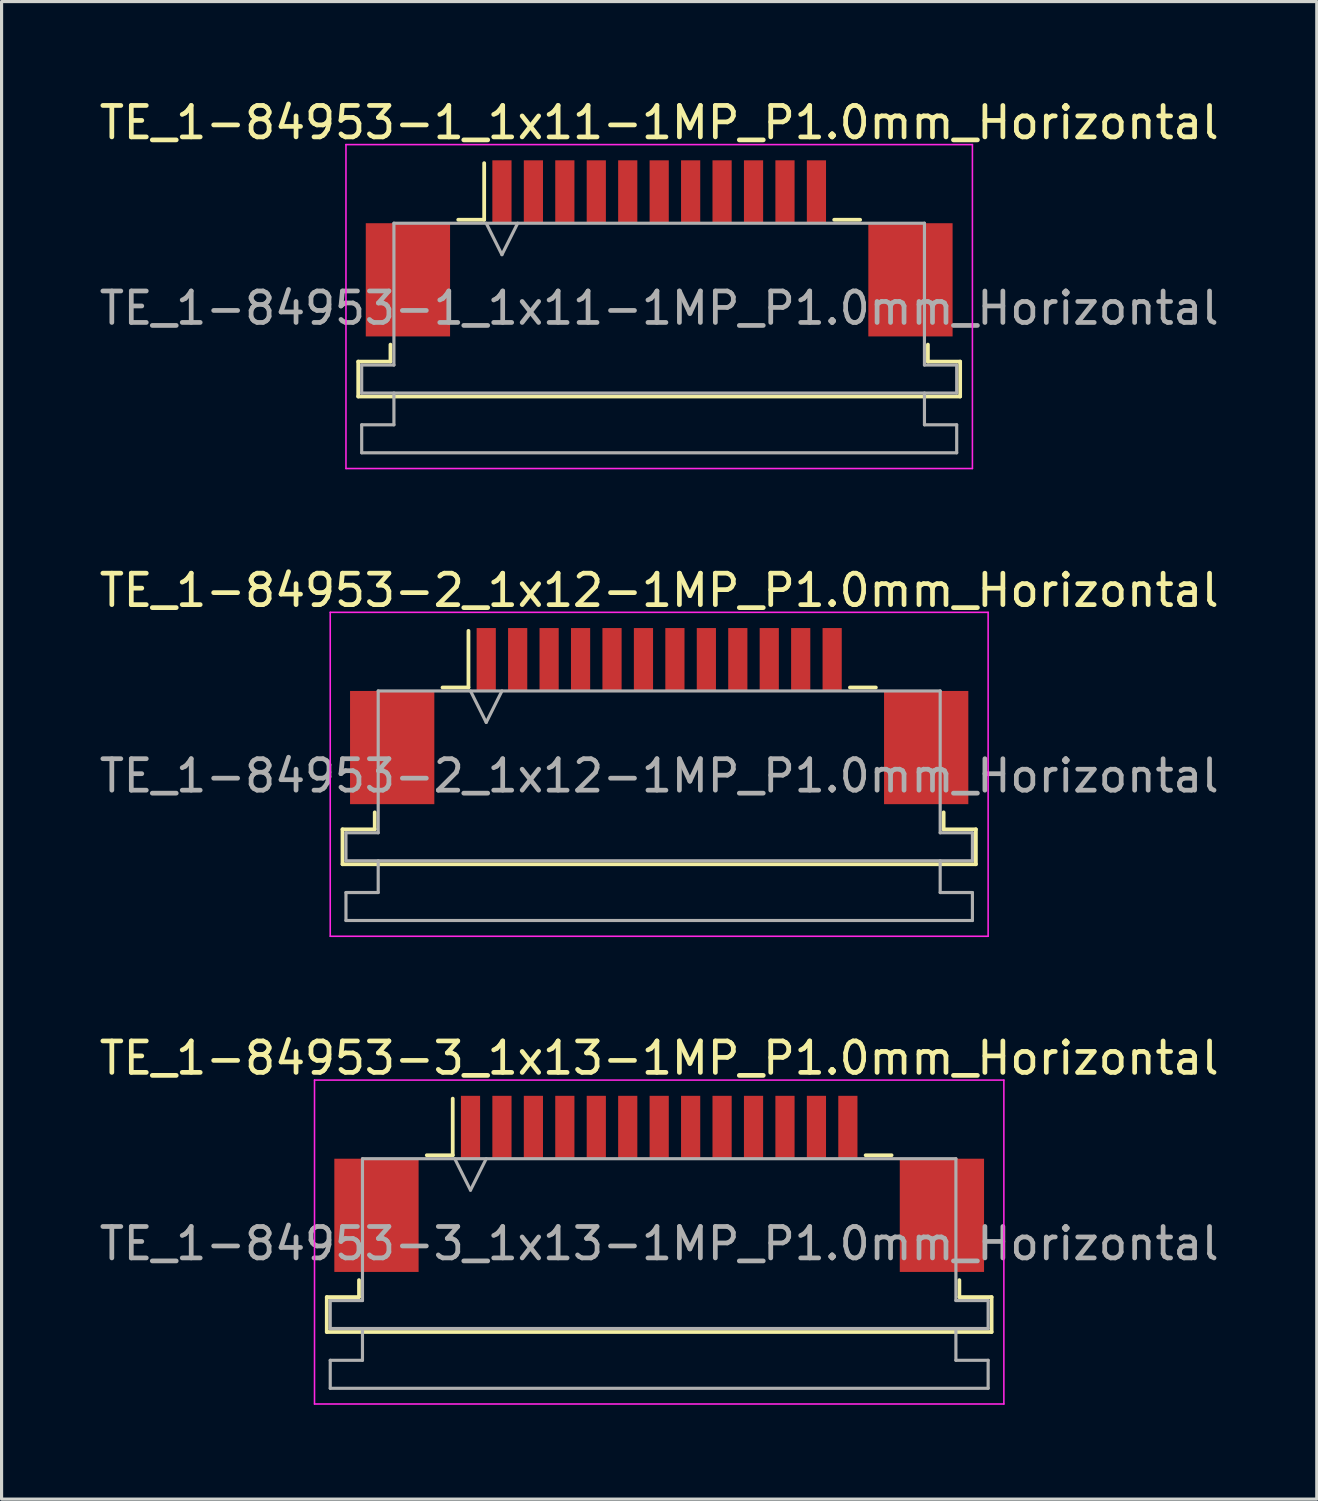
<source format=kicad_pcb>
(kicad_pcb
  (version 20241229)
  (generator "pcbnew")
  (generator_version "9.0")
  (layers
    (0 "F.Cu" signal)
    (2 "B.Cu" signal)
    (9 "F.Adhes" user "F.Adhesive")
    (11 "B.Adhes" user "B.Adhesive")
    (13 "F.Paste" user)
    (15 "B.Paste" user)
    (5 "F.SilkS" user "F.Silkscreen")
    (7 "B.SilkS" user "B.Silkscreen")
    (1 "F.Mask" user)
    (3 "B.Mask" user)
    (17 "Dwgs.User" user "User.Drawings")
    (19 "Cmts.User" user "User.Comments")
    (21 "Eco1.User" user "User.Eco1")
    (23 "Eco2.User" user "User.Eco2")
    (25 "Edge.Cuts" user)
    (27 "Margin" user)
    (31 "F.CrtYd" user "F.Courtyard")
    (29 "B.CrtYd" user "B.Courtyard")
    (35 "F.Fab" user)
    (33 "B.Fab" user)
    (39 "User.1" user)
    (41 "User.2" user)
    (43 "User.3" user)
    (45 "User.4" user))
  (footprint "TE_1-84953-1_1x11-1MP_P1.0mm_Horizontal"
    (layer "F.Cu")
    (at 17.911 4.848)
    (property "Reference" "TE_1-84953-1_1x11-1MP_P1.0mm_Horizontal" (at 0 -4 0) (layer "F.SilkS") (effects (font (size 1 1) (thickness 0.15))))
    (attr smd)
    (fp_line (start -9.57 3.6) (end -8.545 3.6) (stroke (width 0.12) (type solid)) (layer "F.SilkS"))
    (fp_line (start -9.57 4.71) (end -9.57 3.6) (stroke (width 0.12) (type solid)) (layer "F.SilkS"))
    (fp_line (start -8.545 3.6) (end -8.545 3.06) (stroke (width 0.12) (type solid)) (layer "F.SilkS"))
    (fp_line (start -6.39 -0.91) (end -5.565 -0.91) (stroke (width 0.12) (type solid)) (layer "F.SilkS"))
    (fp_line (start -5.565 -0.91) (end -5.565 -2.71) (stroke (width 0.12) (type solid)) (layer "F.SilkS"))
    (fp_line (start 5.565 -0.91) (end 6.39 -0.91) (stroke (width 0.12) (type solid)) (layer "F.SilkS"))
    (fp_line (start 8.545 3.06) (end 8.545 3.6) (stroke (width 0.12) (type solid)) (layer "F.SilkS"))
    (fp_line (start 8.545 3.6) (end 9.57 3.6) (stroke (width 0.12) (type solid)) (layer "F.SilkS"))
    (fp_line (start 9.57 3.6) (end 9.57 4.71) (stroke (width 0.12) (type solid)) (layer "F.SilkS"))
    (fp_line (start 9.57 4.71) (end -9.57 4.71) (stroke (width 0.12) (type solid)) (layer "F.SilkS"))
    (fp_line (start -9.96 -3.3) (end -9.96 7) (stroke (width 0.05) (type solid)) (layer "F.CrtYd"))
    (fp_line (start -9.96 7) (end 9.96 7) (stroke (width 0.05) (type solid)) (layer "F.CrtYd"))
    (fp_line (start 9.96 -3.3) (end -9.96 -3.3) (stroke (width 0.05) (type solid)) (layer "F.CrtYd"))
    (fp_line (start 9.96 7) (end 9.96 -3.3) (stroke (width 0.05) (type solid)) (layer "F.CrtYd"))
    (fp_line (start -9.46 3.71) (end -8.435 3.71) (stroke (width 0.1) (type solid)) (layer "F.Fab"))
    (fp_line (start -9.46 4.6) (end -9.46 3.71) (stroke (width 0.1) (type solid)) (layer "F.Fab"))
    (fp_line (start -9.46 5.61) (end -8.435 5.61) (stroke (width 0.1) (type solid)) (layer "F.Fab"))
    (fp_line (start -9.46 6.5) (end -9.46 5.61) (stroke (width 0.1) (type solid)) (layer "F.Fab"))
    (fp_line (start -8.435 -0.8) (end 8.435 -0.8) (stroke (width 0.1) (type solid)) (layer "F.Fab"))
    (fp_line (start -8.435 3.71) (end -8.435 -0.8) (stroke (width 0.1) (type solid)) (layer "F.Fab"))
    (fp_line (start -8.435 5.61) (end -8.435 4.6) (stroke (width 0.1) (type solid)) (layer "F.Fab"))
    (fp_line (start -5.5 -0.8) (end -5 0.2) (stroke (width 0.1) (type solid)) (layer "F.Fab"))
    (fp_line (start -5 0.2) (end -4.5 -0.8) (stroke (width 0.1) (type solid)) (layer "F.Fab"))
    (fp_line (start 8.435 -0.8) (end 8.435 3.71) (stroke (width 0.1) (type solid)) (layer "F.Fab"))
    (fp_line (start 8.435 3.71) (end 9.46 3.71) (stroke (width 0.1) (type solid)) (layer "F.Fab"))
    (fp_line (start 8.435 4.6) (end 8.435 5.61) (stroke (width 0.1) (type solid)) (layer "F.Fab"))
    (fp_line (start 8.435 5.61) (end 9.46 5.61) (stroke (width 0.1) (type solid)) (layer "F.Fab"))
    (fp_line (start 9.46 3.71) (end 9.46 4.6) (stroke (width 0.1) (type solid)) (layer "F.Fab"))
    (fp_line (start 9.46 4.6) (end -9.46 4.6) (stroke (width 0.1) (type solid)) (layer "F.Fab"))
    (fp_line (start 9.46 5.61) (end 9.46 6.5) (stroke (width 0.1) (type solid)) (layer "F.Fab"))
    (fp_line (start 9.46 6.5) (end -9.46 6.5) (stroke (width 0.1) (type solid)) (layer "F.Fab"))
    (fp_text user "${REFERENCE}" (at 0 1.9 0) (layer "F.Fab") (effects (font (size 1 1) (thickness 0.15))))
    (pad "1" smd rect (at -5 -1.8) (size 0.61 2) (layers "F.Cu" "F.Mask" "F.Paste"))
    (pad "2" smd rect (at -4 -1.8) (size 0.61 2) (layers "F.Cu" "F.Mask" "F.Paste"))
    (pad "3" smd rect (at -3 -1.8) (size 0.61 2) (layers "F.Cu" "F.Mask" "F.Paste"))
    (pad "4" smd rect (at -2 -1.8) (size 0.61 2) (layers "F.Cu" "F.Mask" "F.Paste"))
    (pad "5" smd rect (at -1 -1.8) (size 0.61 2) (layers "F.Cu" "F.Mask" "F.Paste"))
    (pad "6" smd rect (at 0 -1.8) (size 0.61 2) (layers "F.Cu" "F.Mask" "F.Paste"))
    (pad "7" smd rect (at 1 -1.8) (size 0.61 2) (layers "F.Cu" "F.Mask" "F.Paste"))
    (pad "8" smd rect (at 2 -1.8) (size 0.61 2) (layers "F.Cu" "F.Mask" "F.Paste"))
    (pad "9" smd rect (at 3 -1.8) (size 0.61 2) (layers "F.Cu" "F.Mask" "F.Paste"))
    (pad "10" smd rect (at 4 -1.8) (size 0.61 2) (layers "F.Cu" "F.Mask" "F.Paste"))
    (pad "11" smd rect (at 5 -1.8) (size 0.61 2) (layers "F.Cu" "F.Mask" "F.Paste"))
    (pad "MP" smd rect (at -7.99 1) (size 2.68 3.6) (layers "F.Cu" "F.Mask" "F.Paste"))
    (pad "MP" smd rect (at 7.99 1) (size 2.68 3.6) (layers "F.Cu" "F.Mask" "F.Paste")))
  (footprint "TE_1-84953-3_1x13-1MP_P1.0mm_Horizontal"
    (layer "F.Cu")
    (at 17.911 34.595)
    (property "Reference" "TE_1-84953-3_1x13-1MP_P1.0mm_Horizontal" (at 0 -4 0) (layer "F.SilkS") (effects (font (size 1 1) (thickness 0.15))))
    (attr smd)
    (fp_line (start -10.57 3.6) (end -9.545 3.6) (stroke (width 0.12) (type solid)) (layer "F.SilkS"))
    (fp_line (start -10.57 4.71) (end -10.57 3.6) (stroke (width 0.12) (type solid)) (layer "F.SilkS"))
    (fp_line (start -9.545 3.6) (end -9.545 3.06) (stroke (width 0.12) (type solid)) (layer "F.SilkS"))
    (fp_line (start -7.39 -0.91) (end -6.565 -0.91) (stroke (width 0.12) (type solid)) (layer "F.SilkS"))
    (fp_line (start -6.565 -0.91) (end -6.565 -2.71) (stroke (width 0.12) (type solid)) (layer "F.SilkS"))
    (fp_line (start 6.565 -0.91) (end 7.39 -0.91) (stroke (width 0.12) (type solid)) (layer "F.SilkS"))
    (fp_line (start 9.545 3.06) (end 9.545 3.6) (stroke (width 0.12) (type solid)) (layer "F.SilkS"))
    (fp_line (start 9.545 3.6) (end 10.57 3.6) (stroke (width 0.12) (type solid)) (layer "F.SilkS"))
    (fp_line (start 10.57 3.6) (end 10.57 4.71) (stroke (width 0.12) (type solid)) (layer "F.SilkS"))
    (fp_line (start 10.57 4.71) (end -10.57 4.71) (stroke (width 0.12) (type solid)) (layer "F.SilkS"))
    (fp_line (start -10.96 -3.3) (end -10.96 7) (stroke (width 0.05) (type solid)) (layer "F.CrtYd"))
    (fp_line (start -10.96 7) (end 10.96 7) (stroke (width 0.05) (type solid)) (layer "F.CrtYd"))
    (fp_line (start 10.96 -3.3) (end -10.96 -3.3) (stroke (width 0.05) (type solid)) (layer "F.CrtYd"))
    (fp_line (start 10.96 7) (end 10.96 -3.3) (stroke (width 0.05) (type solid)) (layer "F.CrtYd"))
    (fp_line (start -10.46 3.71) (end -9.435 3.71) (stroke (width 0.1) (type solid)) (layer "F.Fab"))
    (fp_line (start -10.46 4.6) (end -10.46 3.71) (stroke (width 0.1) (type solid)) (layer "F.Fab"))
    (fp_line (start -10.46 5.61) (end -9.435 5.61) (stroke (width 0.1) (type solid)) (layer "F.Fab"))
    (fp_line (start -10.46 6.5) (end -10.46 5.61) (stroke (width 0.1) (type solid)) (layer "F.Fab"))
    (fp_line (start -9.435 -0.8) (end 9.435 -0.8) (stroke (width 0.1) (type solid)) (layer "F.Fab"))
    (fp_line (start -9.435 3.71) (end -9.435 -0.8) (stroke (width 0.1) (type solid)) (layer "F.Fab"))
    (fp_line (start -9.435 5.61) (end -9.435 4.6) (stroke (width 0.1) (type solid)) (layer "F.Fab"))
    (fp_line (start -6.5 -0.8) (end -6 0.2) (stroke (width 0.1) (type solid)) (layer "F.Fab"))
    (fp_line (start -6 0.2) (end -5.5 -0.8) (stroke (width 0.1) (type solid)) (layer "F.Fab"))
    (fp_line (start 9.435 -0.8) (end 9.435 3.71) (stroke (width 0.1) (type solid)) (layer "F.Fab"))
    (fp_line (start 9.435 3.71) (end 10.46 3.71) (stroke (width 0.1) (type solid)) (layer "F.Fab"))
    (fp_line (start 9.435 4.6) (end 9.435 5.61) (stroke (width 0.1) (type solid)) (layer "F.Fab"))
    (fp_line (start 9.435 5.61) (end 10.46 5.61) (stroke (width 0.1) (type solid)) (layer "F.Fab"))
    (fp_line (start 10.46 3.71) (end 10.46 4.6) (stroke (width 0.1) (type solid)) (layer "F.Fab"))
    (fp_line (start 10.46 4.6) (end -10.46 4.6) (stroke (width 0.1) (type solid)) (layer "F.Fab"))
    (fp_line (start 10.46 5.61) (end 10.46 6.5) (stroke (width 0.1) (type solid)) (layer "F.Fab"))
    (fp_line (start 10.46 6.5) (end -10.46 6.5) (stroke (width 0.1) (type solid)) (layer "F.Fab"))
    (fp_text user "${REFERENCE}" (at 0 1.9 0) (layer "F.Fab") (effects (font (size 1 1) (thickness 0.15))))
    (pad "1" smd rect (at -6 -1.8) (size 0.61 2) (layers "F.Cu" "F.Mask" "F.Paste"))
    (pad "2" smd rect (at -5 -1.8) (size 0.61 2) (layers "F.Cu" "F.Mask" "F.Paste"))
    (pad "3" smd rect (at -4 -1.8) (size 0.61 2) (layers "F.Cu" "F.Mask" "F.Paste"))
    (pad "4" smd rect (at -3 -1.8) (size 0.61 2) (layers "F.Cu" "F.Mask" "F.Paste"))
    (pad "5" smd rect (at -2 -1.8) (size 0.61 2) (layers "F.Cu" "F.Mask" "F.Paste"))
    (pad "6" smd rect (at -1 -1.8) (size 0.61 2) (layers "F.Cu" "F.Mask" "F.Paste"))
    (pad "7" smd rect (at 0 -1.8) (size 0.61 2) (layers "F.Cu" "F.Mask" "F.Paste"))
    (pad "8" smd rect (at 1 -1.8) (size 0.61 2) (layers "F.Cu" "F.Mask" "F.Paste"))
    (pad "9" smd rect (at 2 -1.8) (size 0.61 2) (layers "F.Cu" "F.Mask" "F.Paste"))
    (pad "10" smd rect (at 3 -1.8) (size 0.61 2) (layers "F.Cu" "F.Mask" "F.Paste"))
    (pad "11" smd rect (at 4 -1.8) (size 0.61 2) (layers "F.Cu" "F.Mask" "F.Paste"))
    (pad "12" smd rect (at 5 -1.8) (size 0.61 2) (layers "F.Cu" "F.Mask" "F.Paste"))
    (pad "13" smd rect (at 6 -1.8) (size 0.61 2) (layers "F.Cu" "F.Mask" "F.Paste"))
    (pad "MP" smd rect (at -8.99 1) (size 2.68 3.6) (layers "F.Cu" "F.Mask" "F.Paste"))
    (pad "MP" smd rect (at 8.99 1) (size 2.68 3.6) (layers "F.Cu" "F.Mask" "F.Paste")))
  (footprint "TE_1-84953-2_1x12-1MP_P1.0mm_Horizontal"
    (layer "F.Cu")
    (at 17.911 19.721)
    (property "Reference" "TE_1-84953-2_1x12-1MP_P1.0mm_Horizontal" (at 0 -4 0) (layer "F.SilkS") (effects (font (size 1 1) (thickness 0.15))))
    (attr smd)
    (fp_line (start -10.07 3.6) (end -9.045 3.6) (stroke (width 0.12) (type solid)) (layer "F.SilkS"))
    (fp_line (start -10.07 4.71) (end -10.07 3.6) (stroke (width 0.12) (type solid)) (layer "F.SilkS"))
    (fp_line (start -9.045 3.6) (end -9.045 3.06) (stroke (width 0.12) (type solid)) (layer "F.SilkS"))
    (fp_line (start -6.89 -0.91) (end -6.065 -0.91) (stroke (width 0.12) (type solid)) (layer "F.SilkS"))
    (fp_line (start -6.065 -0.91) (end -6.065 -2.71) (stroke (width 0.12) (type solid)) (layer "F.SilkS"))
    (fp_line (start 6.065 -0.91) (end 6.89 -0.91) (stroke (width 0.12) (type solid)) (layer "F.SilkS"))
    (fp_line (start 9.045 3.06) (end 9.045 3.6) (stroke (width 0.12) (type solid)) (layer "F.SilkS"))
    (fp_line (start 9.045 3.6) (end 10.07 3.6) (stroke (width 0.12) (type solid)) (layer "F.SilkS"))
    (fp_line (start 10.07 3.6) (end 10.07 4.71) (stroke (width 0.12) (type solid)) (layer "F.SilkS"))
    (fp_line (start 10.07 4.71) (end -10.07 4.71) (stroke (width 0.12) (type solid)) (layer "F.SilkS"))
    (fp_line (start -10.46 -3.3) (end -10.46 7) (stroke (width 0.05) (type solid)) (layer "F.CrtYd"))
    (fp_line (start -10.46 7) (end 10.46 7) (stroke (width 0.05) (type solid)) (layer "F.CrtYd"))
    (fp_line (start 10.46 -3.3) (end -10.46 -3.3) (stroke (width 0.05) (type solid)) (layer "F.CrtYd"))
    (fp_line (start 10.46 7) (end 10.46 -3.3) (stroke (width 0.05) (type solid)) (layer "F.CrtYd"))
    (fp_line (start -9.96 3.71) (end -8.935 3.71) (stroke (width 0.1) (type solid)) (layer "F.Fab"))
    (fp_line (start -9.96 4.6) (end -9.96 3.71) (stroke (width 0.1) (type solid)) (layer "F.Fab"))
    (fp_line (start -9.96 5.61) (end -8.935 5.61) (stroke (width 0.1) (type solid)) (layer "F.Fab"))
    (fp_line (start -9.96 6.5) (end -9.96 5.61) (stroke (width 0.1) (type solid)) (layer "F.Fab"))
    (fp_line (start -8.935 -0.8) (end 8.935 -0.8) (stroke (width 0.1) (type solid)) (layer "F.Fab"))
    (fp_line (start -8.935 3.71) (end -8.935 -0.8) (stroke (width 0.1) (type solid)) (layer "F.Fab"))
    (fp_line (start -8.935 5.61) (end -8.935 4.6) (stroke (width 0.1) (type solid)) (layer "F.Fab"))
    (fp_line (start -6 -0.8) (end -5.5 0.2) (stroke (width 0.1) (type solid)) (layer "F.Fab"))
    (fp_line (start -5.5 0.2) (end -5 -0.8) (stroke (width 0.1) (type solid)) (layer "F.Fab"))
    (fp_line (start 8.935 -0.8) (end 8.935 3.71) (stroke (width 0.1) (type solid)) (layer "F.Fab"))
    (fp_line (start 8.935 3.71) (end 9.96 3.71) (stroke (width 0.1) (type solid)) (layer "F.Fab"))
    (fp_line (start 8.935 4.6) (end 8.935 5.61) (stroke (width 0.1) (type solid)) (layer "F.Fab"))
    (fp_line (start 8.935 5.61) (end 9.96 5.61) (stroke (width 0.1) (type solid)) (layer "F.Fab"))
    (fp_line (start 9.96 3.71) (end 9.96 4.6) (stroke (width 0.1) (type solid)) (layer "F.Fab"))
    (fp_line (start 9.96 4.6) (end -9.96 4.6) (stroke (width 0.1) (type solid)) (layer "F.Fab"))
    (fp_line (start 9.96 5.61) (end 9.96 6.5) (stroke (width 0.1) (type solid)) (layer "F.Fab"))
    (fp_line (start 9.96 6.5) (end -9.96 6.5) (stroke (width 0.1) (type solid)) (layer "F.Fab"))
    (fp_text user "${REFERENCE}" (at 0 1.9 0) (layer "F.Fab") (effects (font (size 1 1) (thickness 0.15))))
    (pad "1" smd rect (at -5.5 -1.8) (size 0.61 2) (layers "F.Cu" "F.Mask" "F.Paste"))
    (pad "2" smd rect (at -4.5 -1.8) (size 0.61 2) (layers "F.Cu" "F.Mask" "F.Paste"))
    (pad "3" smd rect (at -3.5 -1.8) (size 0.61 2) (layers "F.Cu" "F.Mask" "F.Paste"))
    (pad "4" smd rect (at -2.5 -1.8) (size 0.61 2) (layers "F.Cu" "F.Mask" "F.Paste"))
    (pad "5" smd rect (at -1.5 -1.8) (size 0.61 2) (layers "F.Cu" "F.Mask" "F.Paste"))
    (pad "6" smd rect (at -0.5 -1.8) (size 0.61 2) (layers "F.Cu" "F.Mask" "F.Paste"))
    (pad "7" smd rect (at 0.5 -1.8) (size 0.61 2) (layers "F.Cu" "F.Mask" "F.Paste"))
    (pad "8" smd rect (at 1.5 -1.8) (size 0.61 2) (layers "F.Cu" "F.Mask" "F.Paste"))
    (pad "9" smd rect (at 2.5 -1.8) (size 0.61 2) (layers "F.Cu" "F.Mask" "F.Paste"))
    (pad "10" smd rect (at 3.5 -1.8) (size 0.61 2) (layers "F.Cu" "F.Mask" "F.Paste"))
    (pad "11" smd rect (at 4.5 -1.8) (size 0.61 2) (layers "F.Cu" "F.Mask" "F.Paste"))
    (pad "12" smd rect (at 5.5 -1.8) (size 0.61 2) (layers "F.Cu" "F.Mask" "F.Paste"))
    (pad "MP" smd rect (at -8.49 1) (size 2.68 3.6) (layers "F.Cu" "F.Mask" "F.Paste"))
    (pad "MP" smd rect (at 8.49 1) (size 2.68 3.6) (layers "F.Cu" "F.Mask" "F.Paste")))
  (gr_rect
    (start -3 -3)
    (end 38.821 44.62)
    (stroke (width 0.1) (type default))
    (fill no)
    (layer "Edge.Cuts")))
</source>
